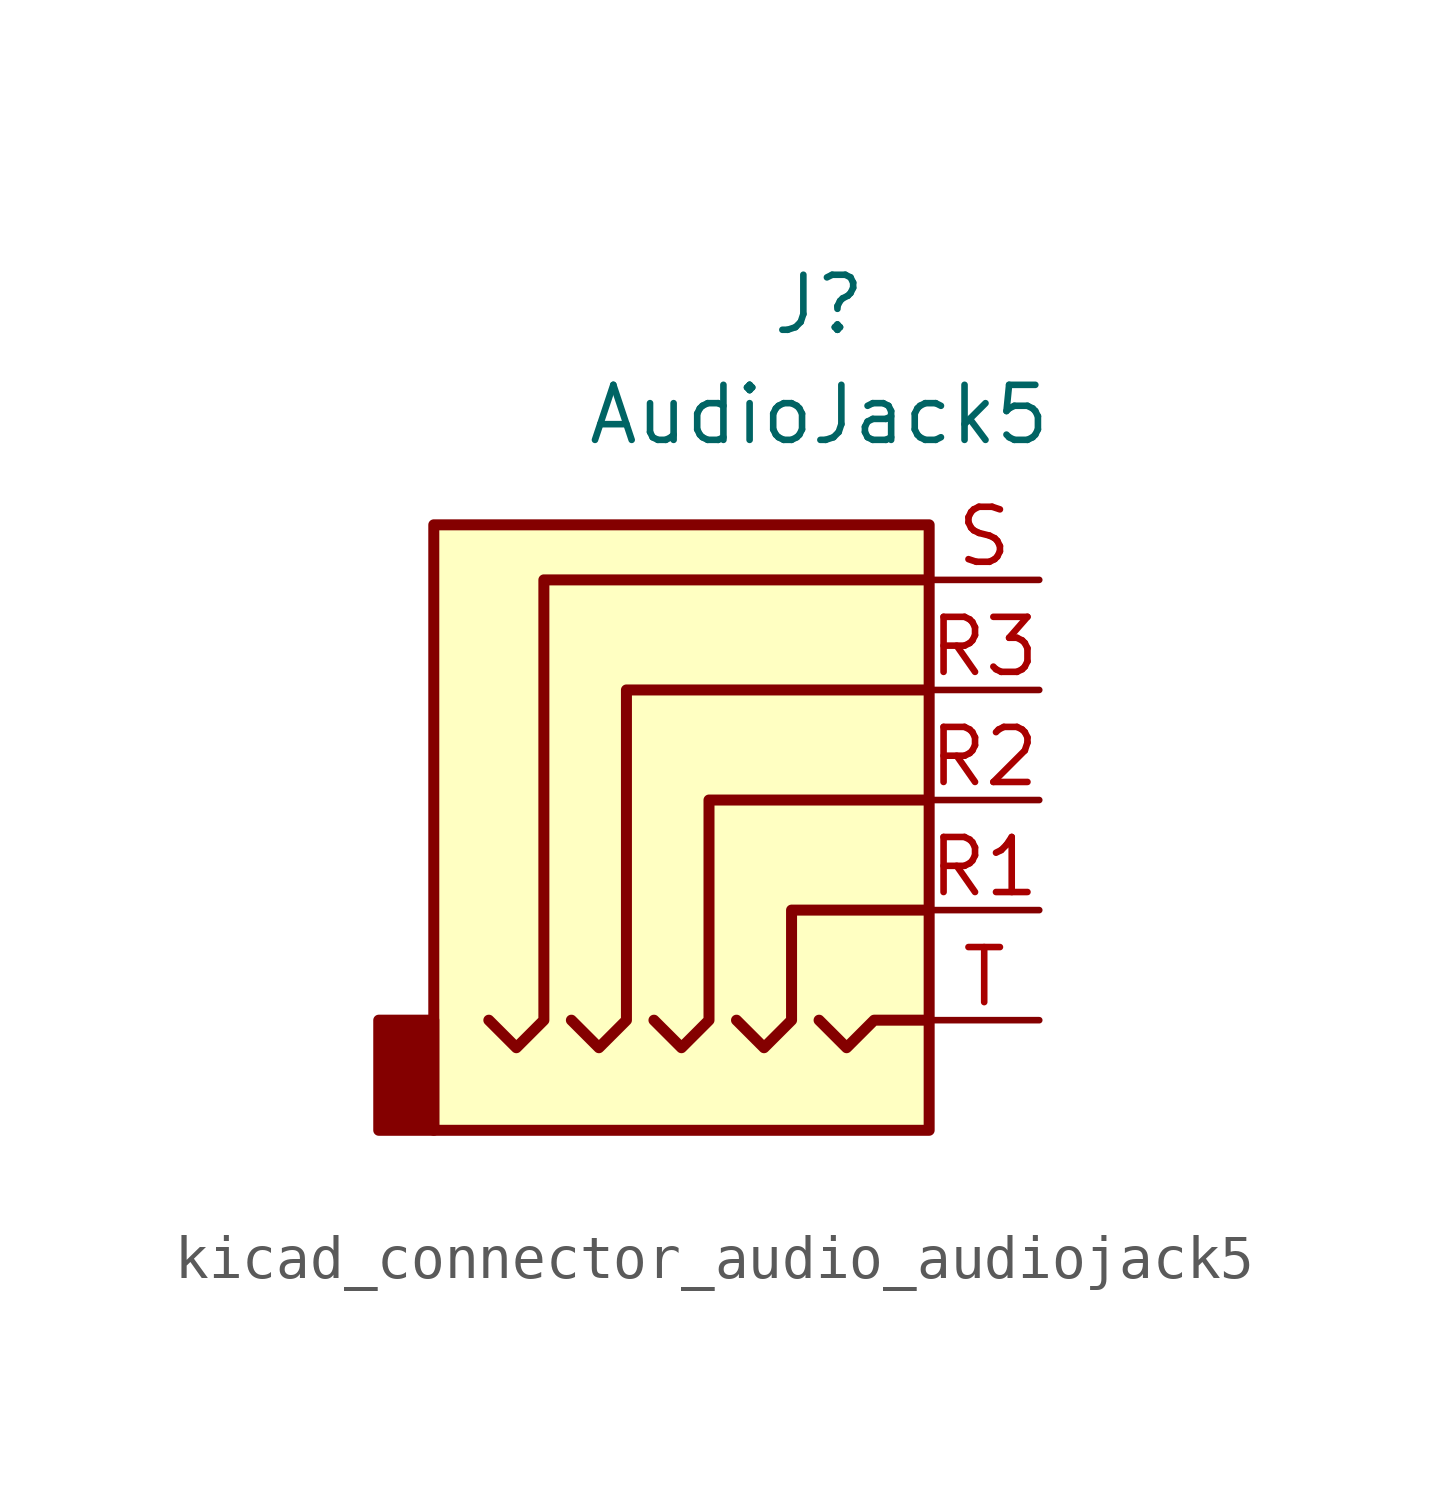
<source format=kicad_sym>
(kicad_symbol_lib
  (version 20220914)
  (generator kicad_symbol_editor)
  (symbol "kicad_connector_audio_audiojack5"
    (property "Reference" "J"
      (at 0 11.43 0)
      (effects (font (size 1.27 1.27))))
    (property "Value" "AudioJack5"
      (at 0 8.89 0)
      (effects (font (size 1.27 1.27))))
    (symbol "kicad_connector_audio_audiojack5_0_1"
      (rectangle (start -8.89 -5.08) (end -10.16 -7.62) (stroke (width 0.254) (type default)) (fill (type outline)))
      (polyline (pts (xy 0 -5.08) (xy 0.635 -5.715) (xy 1.27 -5.08) (xy 2.54 -5.08)) (stroke (width 0.254) (type default)) (fill (type none)))
      (polyline (pts (xy -5.715 -5.08) (xy -5.08 -5.715) (xy -4.445 -5.08) (xy -4.445 2.54) (xy 2.54 2.54)) (stroke (width 0.254) (type default)) (fill (type none)))
      (polyline (pts (xy -1.905 -5.08) (xy -1.27 -5.715) (xy -0.635 -5.08) (xy -0.635 -2.54) (xy 2.54 -2.54)) (stroke (width 0.254) (type default)) (fill (type none)))
      (polyline (pts (xy 2.54 0) (xy -2.54 0) (xy -2.54 -5.08) (xy -3.175 -5.715) (xy -3.81 -5.08)) (stroke (width 0.254) (type default)) (fill (type none)))
      (polyline (pts (xy 2.54 5.08) (xy -6.35 5.08) (xy -6.35 -5.08) (xy -6.985 -5.715) (xy -7.62 -5.08)) (stroke (width 0.254) (type default)) (fill (type none)))
      (rectangle (start 2.54 6.35) (end -8.89 -7.62) (stroke (width 0.254) (type default)) (fill (type background))))
    (symbol "kicad_connector_audio_audiojack5_1_1"
      (pin passive line (at 5.08 -2.54 180) (length 2.54) (name "~" (effects (font (size 1.27 1.27)))) (number "R1" (effects (font (size 1.27 1.27)))))
      (pin passive line (at 5.08 0 180) (length 2.54) (name "~" (effects (font (size 1.27 1.27)))) (number "R2" (effects (font (size 1.27 1.27)))))
      (pin passive line (at 5.08 2.54 180) (length 2.54) (name "~" (effects (font (size 1.27 1.27)))) (number "R3" (effects (font (size 1.27 1.27)))))
      (pin passive line (at 5.08 5.08 180) (length 2.54) (name "~" (effects (font (size 1.27 1.27)))) (number "S" (effects (font (size 1.27 1.27)))))
      (pin passive line (at 5.08 -5.08 180) (length 2.54) (name "~" (effects (font (size 1.27 1.27)))) (number "T" (effects (font (size 1.27 1.27))))))))
</source>
